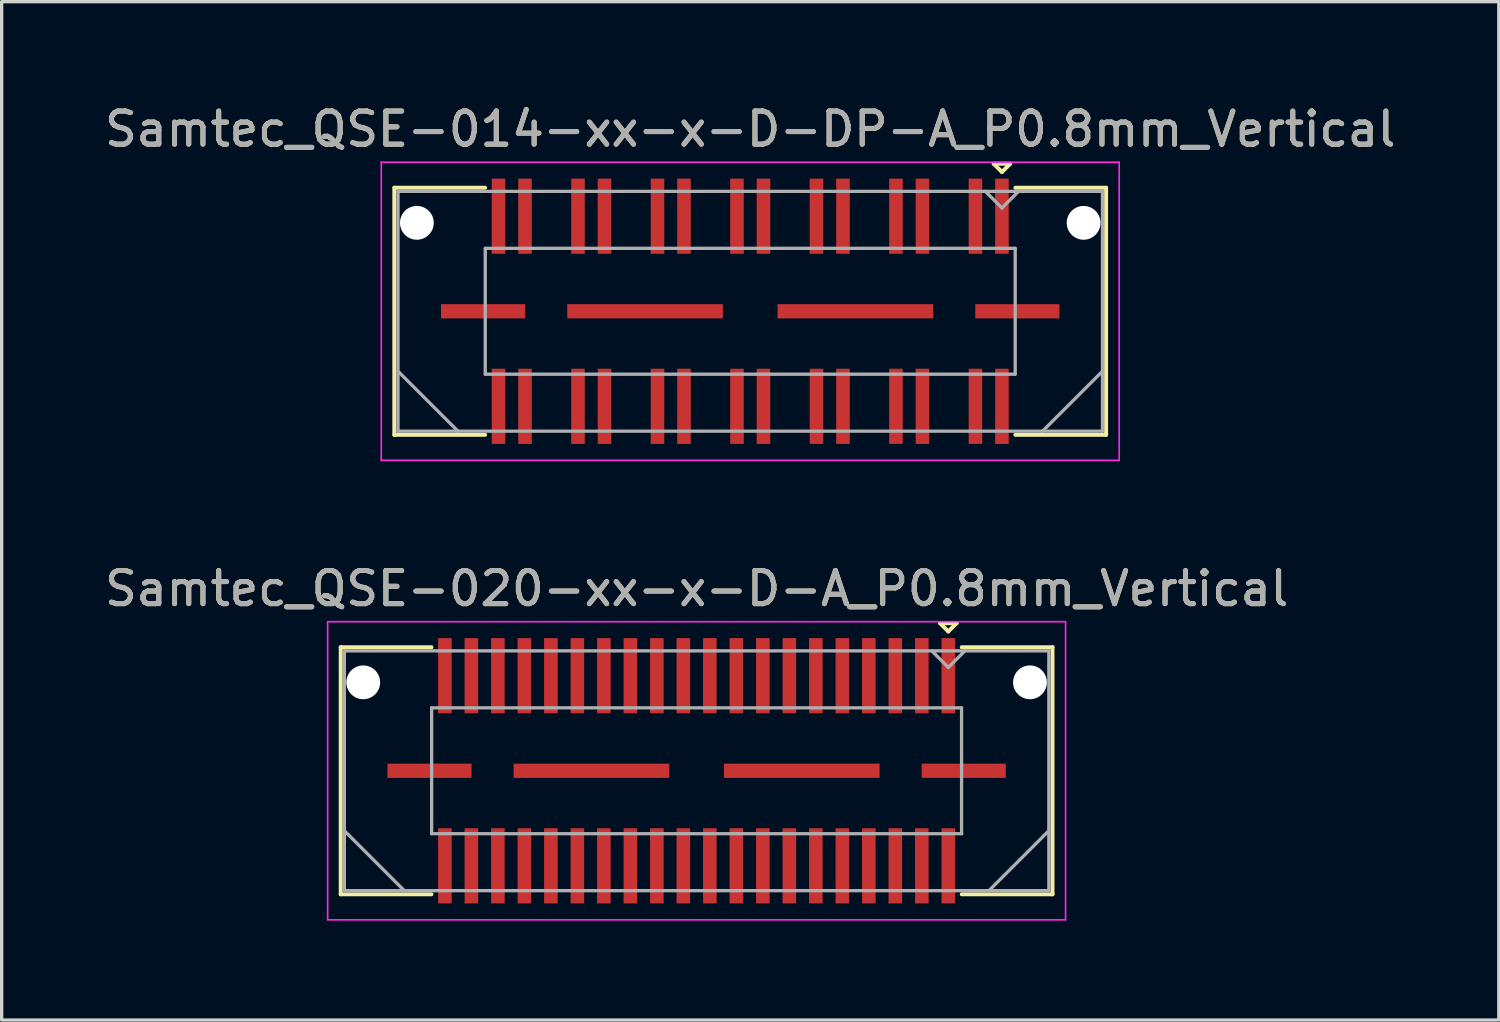
<source format=kicad_pcb>
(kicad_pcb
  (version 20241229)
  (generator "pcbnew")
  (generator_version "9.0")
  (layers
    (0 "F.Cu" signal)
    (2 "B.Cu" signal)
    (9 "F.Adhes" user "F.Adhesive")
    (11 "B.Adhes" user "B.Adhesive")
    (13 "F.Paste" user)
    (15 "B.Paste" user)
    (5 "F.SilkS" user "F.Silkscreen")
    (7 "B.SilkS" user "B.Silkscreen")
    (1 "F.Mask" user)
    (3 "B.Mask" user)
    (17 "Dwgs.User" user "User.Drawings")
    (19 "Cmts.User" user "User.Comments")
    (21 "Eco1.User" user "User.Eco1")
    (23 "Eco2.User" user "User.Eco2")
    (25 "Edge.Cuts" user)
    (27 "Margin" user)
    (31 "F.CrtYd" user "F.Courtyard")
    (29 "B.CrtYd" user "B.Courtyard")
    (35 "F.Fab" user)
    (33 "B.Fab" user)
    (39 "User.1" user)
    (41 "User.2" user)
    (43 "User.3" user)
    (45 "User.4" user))
  (footprint "Samtec_QSE-020-xx-x-D-A_P0.8mm_Vertical"
    (layer "F.Cu")
    (at 17.982 20.221)
    (property "Reference" "Samtec_QSE-020-xx-x-D-A_P0.8mm_Vertical" (at 0 -5.5 0) (layer "F.SilkS") (effects (font (size 1 1) (thickness 0.15))))
    (attr smd)
    (fp_line (start -10.745 -3.73) (end -8.005 -3.73) (stroke (width 0.12) (type solid)) (layer "F.SilkS"))
    (fp_line (start -10.745 3.73) (end -10.745 -3.73) (stroke (width 0.12) (type solid)) (layer "F.SilkS"))
    (fp_line (start -8.005 3.73) (end -10.745 3.73) (stroke (width 0.12) (type solid)) (layer "F.SilkS"))
    (fp_line (start 7.35 -4.455) (end 7.85 -4.455) (stroke (width 0.12) (type solid)) (layer "F.SilkS"))
    (fp_line (start 7.6 -4.205) (end 7.35 -4.455) (stroke (width 0.12) (type solid)) (layer "F.SilkS"))
    (fp_line (start 7.85 -4.455) (end 7.6 -4.205) (stroke (width 0.12) (type solid)) (layer "F.SilkS"))
    (fp_line (start 8.005 3.73) (end 10.745 3.73) (stroke (width 0.12) (type solid)) (layer "F.SilkS"))
    (fp_line (start 10.745 -3.73) (end 8.005 -3.73) (stroke (width 0.12) (type solid)) (layer "F.SilkS"))
    (fp_line (start 10.745 3.73) (end 10.745 -3.73) (stroke (width 0.12) (type solid)) (layer "F.SilkS"))
    (fp_line (start -11.14 -4.5) (end -11.14 4.5) (stroke (width 0.05) (type solid)) (layer "F.CrtYd"))
    (fp_line (start -11.14 4.5) (end 11.14 4.5) (stroke (width 0.05) (type solid)) (layer "F.CrtYd"))
    (fp_line (start 11.14 -4.5) (end -11.14 -4.5) (stroke (width 0.05) (type solid)) (layer "F.CrtYd"))
    (fp_line (start 11.14 4.5) (end 11.14 -4.5) (stroke (width 0.05) (type solid)) (layer "F.CrtYd"))
    (fp_line (start -10.635 -3.62) (end -10.635 3.62) (stroke (width 0.1) (type solid)) (layer "F.Fab"))
    (fp_line (start -10.635 1.81) (end -8.825 3.62) (stroke (width 0.1) (type solid)) (layer "F.Fab"))
    (fp_line (start -10.635 3.62) (end 10.635 3.62) (stroke (width 0.1) (type solid)) (layer "F.Fab"))
    (fp_line (start -8 -1.9) (end -8 1.9) (stroke (width 0.1) (type solid)) (layer "F.Fab"))
    (fp_line (start -8 1.9) (end 8 1.9) (stroke (width 0.1) (type solid)) (layer "F.Fab"))
    (fp_line (start 7.6 -3.12) (end 7.1 -3.62) (stroke (width 0.1) (type solid)) (layer "F.Fab"))
    (fp_line (start 8 -1.9) (end -8 -1.9) (stroke (width 0.1) (type solid)) (layer "F.Fab"))
    (fp_line (start 8 1.9) (end 8 -1.9) (stroke (width 0.1) (type solid)) (layer "F.Fab"))
    (fp_line (start 8.1 -3.62) (end 7.6 -3.12) (stroke (width 0.1) (type solid)) (layer "F.Fab"))
    (fp_line (start 10.635 -3.62) (end -10.635 -3.62) (stroke (width 0.1) (type solid)) (layer "F.Fab"))
    (fp_line (start 10.635 1.81) (end 8.825 3.62) (stroke (width 0.1) (type solid)) (layer "F.Fab"))
    (fp_line (start 10.635 3.62) (end 10.635 -3.62) (stroke (width 0.1) (type solid)) (layer "F.Fab"))
    (fp_text user "${REFERENCE}" (at 0 -5.5 0) (layer "F.Fab") (effects (font (size 1 1) (thickness 0.15))))
    (pad "" np_thru_hole circle (at -10.065 -2.67) (size 1.02 1.02) (drill 1.02) (layers "*.Cu" "*.Mask"))
    (pad "" np_thru_hole circle (at 10.065 -2.67) (size 1.02 1.02) (drill 1.02) (layers "*.Cu" "*.Mask"))
    (pad "1" smd rect (at 7.6 -2.87) (size 0.41 2.27) (layers "F.Cu" "F.Mask" "F.Paste"))
    (pad "2" smd rect (at 7.6 2.87) (size 0.41 2.27) (layers "F.Cu" "F.Mask" "F.Paste"))
    (pad "3" smd rect (at 6.8 -2.87) (size 0.41 2.27) (layers "F.Cu" "F.Mask" "F.Paste"))
    (pad "4" smd rect (at 6.8 2.87) (size 0.41 2.27) (layers "F.Cu" "F.Mask" "F.Paste"))
    (pad "5" smd rect (at 6 -2.87) (size 0.41 2.27) (layers "F.Cu" "F.Mask" "F.Paste"))
    (pad "6" smd rect (at 6 2.87) (size 0.41 2.27) (layers "F.Cu" "F.Mask" "F.Paste"))
    (pad "7" smd rect (at 5.2 -2.87) (size 0.41 2.27) (layers "F.Cu" "F.Mask" "F.Paste"))
    (pad "8" smd rect (at 5.2 2.87) (size 0.41 2.27) (layers "F.Cu" "F.Mask" "F.Paste"))
    (pad "9" smd rect (at 4.4 -2.87) (size 0.41 2.27) (layers "F.Cu" "F.Mask" "F.Paste"))
    (pad "10" smd rect (at 4.4 2.87) (size 0.41 2.27) (layers "F.Cu" "F.Mask" "F.Paste"))
    (pad "11" smd rect (at 3.6 -2.87) (size 0.41 2.27) (layers "F.Cu" "F.Mask" "F.Paste"))
    (pad "12" smd rect (at 3.6 2.87) (size 0.41 2.27) (layers "F.Cu" "F.Mask" "F.Paste"))
    (pad "13" smd rect (at 2.8 -2.87) (size 0.41 2.27) (layers "F.Cu" "F.Mask" "F.Paste"))
    (pad "14" smd rect (at 2.8 2.87) (size 0.41 2.27) (layers "F.Cu" "F.Mask" "F.Paste"))
    (pad "15" smd rect (at 2 -2.87) (size 0.41 2.27) (layers "F.Cu" "F.Mask" "F.Paste"))
    (pad "16" smd rect (at 2 2.87) (size 0.41 2.27) (layers "F.Cu" "F.Mask" "F.Paste"))
    (pad "17" smd rect (at 1.2 -2.87) (size 0.41 2.27) (layers "F.Cu" "F.Mask" "F.Paste"))
    (pad "18" smd rect (at 1.2 2.87) (size 0.41 2.27) (layers "F.Cu" "F.Mask" "F.Paste"))
    (pad "19" smd rect (at 0.4 -2.87) (size 0.41 2.27) (layers "F.Cu" "F.Mask" "F.Paste"))
    (pad "20" smd rect (at 0.4 2.87) (size 0.41 2.27) (layers "F.Cu" "F.Mask" "F.Paste"))
    (pad "21" smd rect (at -0.4 -2.87) (size 0.41 2.27) (layers "F.Cu" "F.Mask" "F.Paste"))
    (pad "22" smd rect (at -0.4 2.87) (size 0.41 2.27) (layers "F.Cu" "F.Mask" "F.Paste"))
    (pad "23" smd rect (at -1.2 -2.87) (size 0.41 2.27) (layers "F.Cu" "F.Mask" "F.Paste"))
    (pad "24" smd rect (at -1.2 2.87) (size 0.41 2.27) (layers "F.Cu" "F.Mask" "F.Paste"))
    (pad "25" smd rect (at -2 -2.87) (size 0.41 2.27) (layers "F.Cu" "F.Mask" "F.Paste"))
    (pad "26" smd rect (at -2 2.87) (size 0.41 2.27) (layers "F.Cu" "F.Mask" "F.Paste"))
    (pad "27" smd rect (at -2.8 -2.87) (size 0.41 2.27) (layers "F.Cu" "F.Mask" "F.Paste"))
    (pad "28" smd rect (at -2.8 2.87) (size 0.41 2.27) (layers "F.Cu" "F.Mask" "F.Paste"))
    (pad "29" smd rect (at -3.6 -2.87) (size 0.41 2.27) (layers "F.Cu" "F.Mask" "F.Paste"))
    (pad "30" smd rect (at -3.6 2.87) (size 0.41 2.27) (layers "F.Cu" "F.Mask" "F.Paste"))
    (pad "31" smd rect (at -4.4 -2.87) (size 0.41 2.27) (layers "F.Cu" "F.Mask" "F.Paste"))
    (pad "32" smd rect (at -4.4 2.87) (size 0.41 2.27) (layers "F.Cu" "F.Mask" "F.Paste"))
    (pad "33" smd rect (at -5.2 -2.87) (size 0.41 2.27) (layers "F.Cu" "F.Mask" "F.Paste"))
    (pad "34" smd rect (at -5.2 2.87) (size 0.41 2.27) (layers "F.Cu" "F.Mask" "F.Paste"))
    (pad "35" smd rect (at -6 -2.87) (size 0.41 2.27) (layers "F.Cu" "F.Mask" "F.Paste"))
    (pad "36" smd rect (at -6 2.87) (size 0.41 2.27) (layers "F.Cu" "F.Mask" "F.Paste"))
    (pad "37" smd rect (at -6.8 -2.87) (size 0.41 2.27) (layers "F.Cu" "F.Mask" "F.Paste"))
    (pad "38" smd rect (at -6.8 2.87) (size 0.41 2.27) (layers "F.Cu" "F.Mask" "F.Paste"))
    (pad "39" smd rect (at -7.6 -2.87) (size 0.41 2.27) (layers "F.Cu" "F.Mask" "F.Paste"))
    (pad "40" smd rect (at -7.6 2.87) (size 0.41 2.27) (layers "F.Cu" "F.Mask" "F.Paste"))
    (pad "P1" smd rect (at -8.065 0) (size 2.54 0.43) (layers "F.Cu" "F.Mask" "F.Paste"))
    (pad "P1" smd rect (at -3.175 0) (size 4.7 0.43) (layers "F.Cu" "F.Mask" "F.Paste"))
    (pad "P1" smd rect (at 3.175 0) (size 4.7 0.43) (layers "F.Cu" "F.Mask" "F.Paste"))
    (pad "P1" smd rect (at 8.065 0) (size 2.54 0.43) (layers "F.Cu" "F.Mask" "F.Paste")))
  (footprint "Samtec_QSE-014-xx-x-D-DP-A_P0.8mm_Vertical"
    (layer "F.Cu")
    (at 19.601 6.348)
    (property "Reference" "Samtec_QSE-014-xx-x-D-DP-A_P0.8mm_Vertical" (at 0 -5.5 0) (layer "F.SilkS") (effects (font (size 1 1) (thickness 0.15))))
    (attr smd)
    (fp_line (start -10.745 -3.73) (end -8.005 -3.73) (stroke (width 0.12) (type solid)) (layer "F.SilkS"))
    (fp_line (start -10.745 3.73) (end -10.745 -3.73) (stroke (width 0.12) (type solid)) (layer "F.SilkS"))
    (fp_line (start -8.005 3.73) (end -10.745 3.73) (stroke (width 0.12) (type solid)) (layer "F.SilkS"))
    (fp_line (start 7.35 -4.455) (end 7.85 -4.455) (stroke (width 0.12) (type solid)) (layer "F.SilkS"))
    (fp_line (start 7.6 -4.205) (end 7.35 -4.455) (stroke (width 0.12) (type solid)) (layer "F.SilkS"))
    (fp_line (start 7.85 -4.455) (end 7.6 -4.205) (stroke (width 0.12) (type solid)) (layer "F.SilkS"))
    (fp_line (start 8.005 3.73) (end 10.745 3.73) (stroke (width 0.12) (type solid)) (layer "F.SilkS"))
    (fp_line (start 10.745 -3.73) (end 8.005 -3.73) (stroke (width 0.12) (type solid)) (layer "F.SilkS"))
    (fp_line (start 10.745 3.73) (end 10.745 -3.73) (stroke (width 0.12) (type solid)) (layer "F.SilkS"))
    (fp_line (start -11.14 -4.5) (end -11.14 4.5) (stroke (width 0.05) (type solid)) (layer "F.CrtYd"))
    (fp_line (start -11.14 4.5) (end 11.14 4.5) (stroke (width 0.05) (type solid)) (layer "F.CrtYd"))
    (fp_line (start 11.14 -4.5) (end -11.14 -4.5) (stroke (width 0.05) (type solid)) (layer "F.CrtYd"))
    (fp_line (start 11.14 4.5) (end 11.14 -4.5) (stroke (width 0.05) (type solid)) (layer "F.CrtYd"))
    (fp_line (start -10.635 -3.62) (end -10.635 3.62) (stroke (width 0.1) (type solid)) (layer "F.Fab"))
    (fp_line (start -10.635 1.81) (end -8.825 3.62) (stroke (width 0.1) (type solid)) (layer "F.Fab"))
    (fp_line (start -10.635 3.62) (end 10.635 3.62) (stroke (width 0.1) (type solid)) (layer "F.Fab"))
    (fp_line (start -8 -1.9) (end -8 1.9) (stroke (width 0.1) (type solid)) (layer "F.Fab"))
    (fp_line (start -8 1.9) (end 8 1.9) (stroke (width 0.1) (type solid)) (layer "F.Fab"))
    (fp_line (start 7.6 -3.12) (end 7.1 -3.62) (stroke (width 0.1) (type solid)) (layer "F.Fab"))
    (fp_line (start 8 -1.9) (end -8 -1.9) (stroke (width 0.1) (type solid)) (layer "F.Fab"))
    (fp_line (start 8 1.9) (end 8 -1.9) (stroke (width 0.1) (type solid)) (layer "F.Fab"))
    (fp_line (start 8.1 -3.62) (end 7.6 -3.12) (stroke (width 0.1) (type solid)) (layer "F.Fab"))
    (fp_line (start 10.635 -3.62) (end -10.635 -3.62) (stroke (width 0.1) (type solid)) (layer "F.Fab"))
    (fp_line (start 10.635 1.81) (end 8.825 3.62) (stroke (width 0.1) (type solid)) (layer "F.Fab"))
    (fp_line (start 10.635 3.62) (end 10.635 -3.62) (stroke (width 0.1) (type solid)) (layer "F.Fab"))
    (fp_text user "${REFERENCE}" (at 0 -5.5 0) (layer "F.Fab") (effects (font (size 1 1) (thickness 0.15))))
    (pad "" np_thru_hole circle (at -10.065 -2.67) (size 1.02 1.02) (drill 1.02) (layers "*.Cu" "*.Mask"))
    (pad "" np_thru_hole circle (at 10.065 -2.67) (size 1.02 1.02) (drill 1.02) (layers "*.Cu" "*.Mask"))
    (pad "1" smd rect (at 7.6 -2.87) (size 0.41 2.27) (layers "F.Cu" "F.Mask" "F.Paste"))
    (pad "2" smd rect (at 7.6 2.87) (size 0.41 2.27) (layers "F.Cu" "F.Mask" "F.Paste"))
    (pad "3" smd rect (at 6.8 -2.87) (size 0.41 2.27) (layers "F.Cu" "F.Mask" "F.Paste"))
    (pad "4" smd rect (at 6.8 2.87) (size 0.41 2.27) (layers "F.Cu" "F.Mask" "F.Paste"))
    (pad "5" smd rect (at 5.2 -2.87) (size 0.41 2.27) (layers "F.Cu" "F.Mask" "F.Paste"))
    (pad "6" smd rect (at 5.2 2.87) (size 0.41 2.27) (layers "F.Cu" "F.Mask" "F.Paste"))
    (pad "7" smd rect (at 4.4 -2.87) (size 0.41 2.27) (layers "F.Cu" "F.Mask" "F.Paste"))
    (pad "8" smd rect (at 4.4 2.87) (size 0.41 2.27) (layers "F.Cu" "F.Mask" "F.Paste"))
    (pad "9" smd rect (at 2.8 -2.87) (size 0.41 2.27) (layers "F.Cu" "F.Mask" "F.Paste"))
    (pad "10" smd rect (at 2.8 2.87) (size 0.41 2.27) (layers "F.Cu" "F.Mask" "F.Paste"))
    (pad "11" smd rect (at 2 -2.87) (size 0.41 2.27) (layers "F.Cu" "F.Mask" "F.Paste"))
    (pad "12" smd rect (at 2 2.87) (size 0.41 2.27) (layers "F.Cu" "F.Mask" "F.Paste"))
    (pad "13" smd rect (at 0.4 -2.87) (size 0.41 2.27) (layers "F.Cu" "F.Mask" "F.Paste"))
    (pad "14" smd rect (at 0.4 2.87) (size 0.41 2.27) (layers "F.Cu" "F.Mask" "F.Paste"))
    (pad "15" smd rect (at -0.4 -2.87) (size 0.41 2.27) (layers "F.Cu" "F.Mask" "F.Paste"))
    (pad "16" smd rect (at -0.4 2.87) (size 0.41 2.27) (layers "F.Cu" "F.Mask" "F.Paste"))
    (pad "17" smd rect (at -2 -2.87) (size 0.41 2.27) (layers "F.Cu" "F.Mask" "F.Paste"))
    (pad "18" smd rect (at -2 2.87) (size 0.41 2.27) (layers "F.Cu" "F.Mask" "F.Paste"))
    (pad "19" smd rect (at -2.8 -2.87) (size 0.41 2.27) (layers "F.Cu" "F.Mask" "F.Paste"))
    (pad "20" smd rect (at -2.8 2.87) (size 0.41 2.27) (layers "F.Cu" "F.Mask" "F.Paste"))
    (pad "21" smd rect (at -4.4 -2.87) (size 0.41 2.27) (layers "F.Cu" "F.Mask" "F.Paste"))
    (pad "22" smd rect (at -4.4 2.87) (size 0.41 2.27) (layers "F.Cu" "F.Mask" "F.Paste"))
    (pad "23" smd rect (at -5.2 -2.87) (size 0.41 2.27) (layers "F.Cu" "F.Mask" "F.Paste"))
    (pad "24" smd rect (at -5.2 2.87) (size 0.41 2.27) (layers "F.Cu" "F.Mask" "F.Paste"))
    (pad "25" smd rect (at -6.8 -2.87) (size 0.41 2.27) (layers "F.Cu" "F.Mask" "F.Paste"))
    (pad "26" smd rect (at -6.8 2.87) (size 0.41 2.27) (layers "F.Cu" "F.Mask" "F.Paste"))
    (pad "27" smd rect (at -7.6 -2.87) (size 0.41 2.27) (layers "F.Cu" "F.Mask" "F.Paste"))
    (pad "28" smd rect (at -7.6 2.87) (size 0.41 2.27) (layers "F.Cu" "F.Mask" "F.Paste"))
    (pad "P1" smd rect (at -8.065 0) (size 2.54 0.43) (layers "F.Cu" "F.Mask" "F.Paste"))
    (pad "P1" smd rect (at -3.175 0) (size 4.7 0.43) (layers "F.Cu" "F.Mask" "F.Paste"))
    (pad "P1" smd rect (at 3.175 0) (size 4.7 0.43) (layers "F.Cu" "F.Mask" "F.Paste"))
    (pad "P1" smd rect (at 8.065 0) (size 2.54 0.43) (layers "F.Cu" "F.Mask" "F.Paste")))
  (gr_rect
    (start -3 -3)
    (end 42.202 27.747)
    (stroke (width 0.1) (type default))
    (fill no)
    (layer "Edge.Cuts")))
</source>
